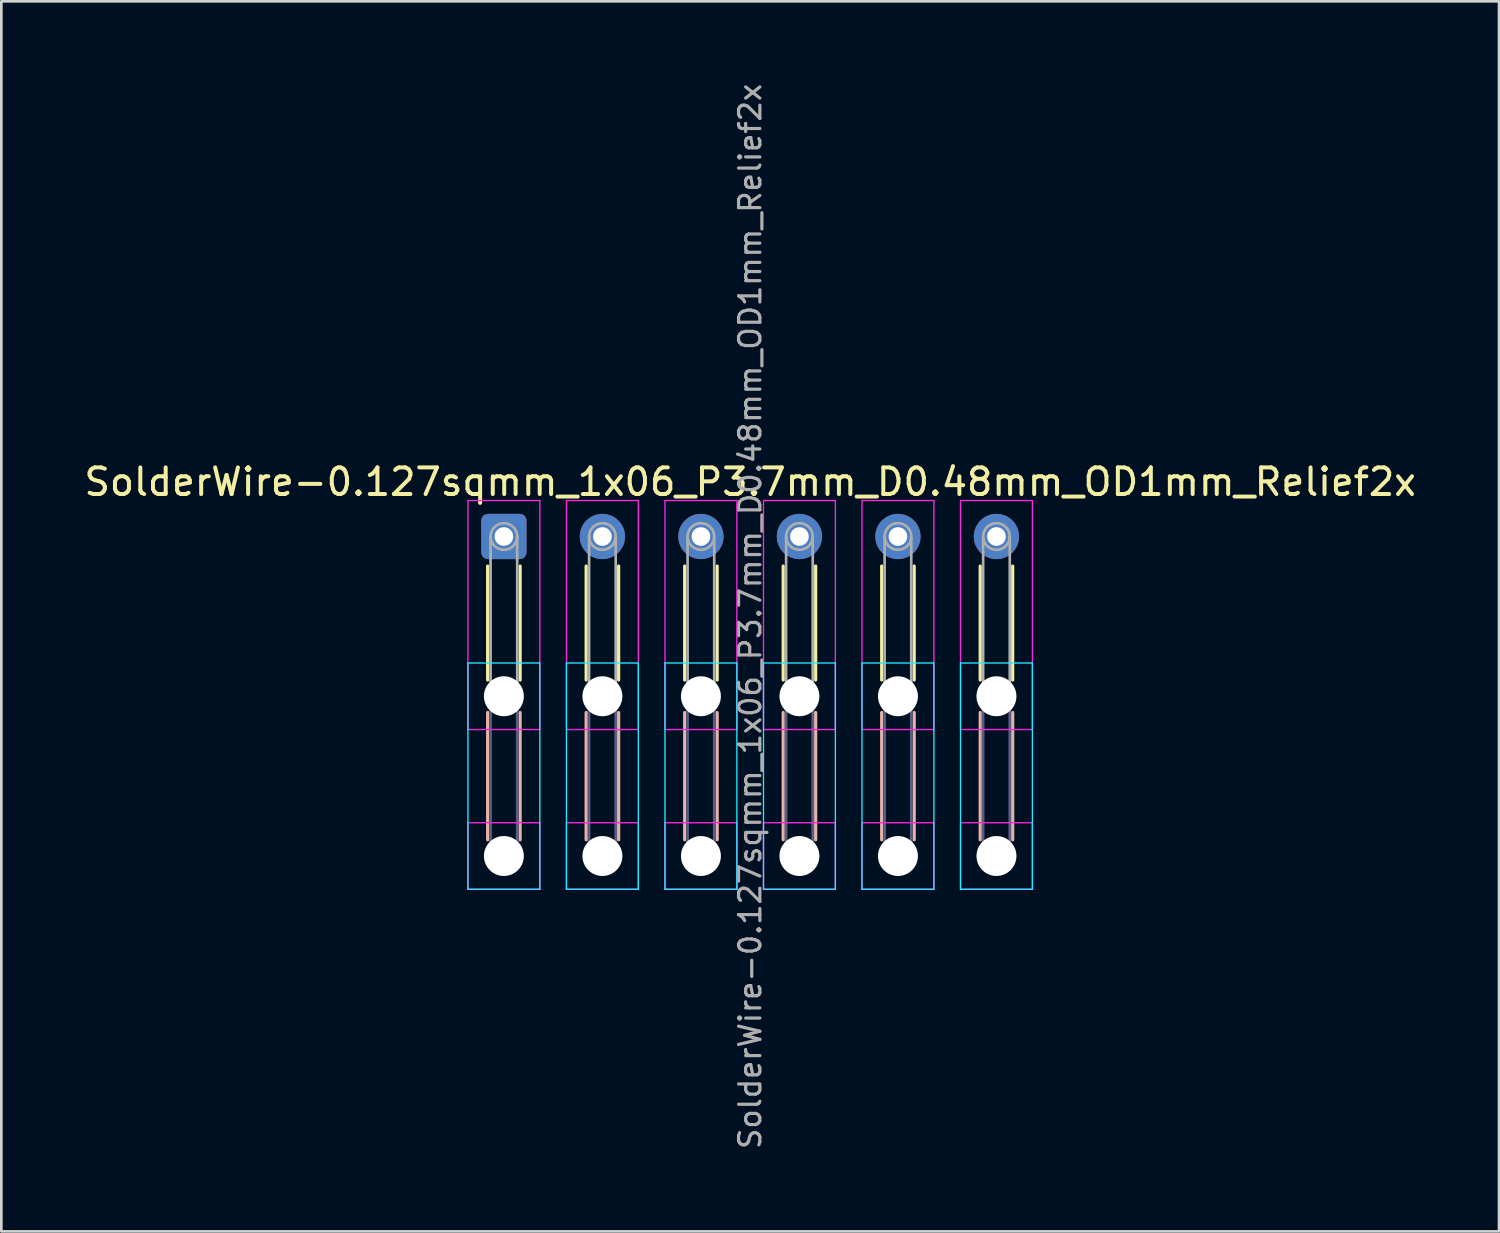
<source format=kicad_pcb>
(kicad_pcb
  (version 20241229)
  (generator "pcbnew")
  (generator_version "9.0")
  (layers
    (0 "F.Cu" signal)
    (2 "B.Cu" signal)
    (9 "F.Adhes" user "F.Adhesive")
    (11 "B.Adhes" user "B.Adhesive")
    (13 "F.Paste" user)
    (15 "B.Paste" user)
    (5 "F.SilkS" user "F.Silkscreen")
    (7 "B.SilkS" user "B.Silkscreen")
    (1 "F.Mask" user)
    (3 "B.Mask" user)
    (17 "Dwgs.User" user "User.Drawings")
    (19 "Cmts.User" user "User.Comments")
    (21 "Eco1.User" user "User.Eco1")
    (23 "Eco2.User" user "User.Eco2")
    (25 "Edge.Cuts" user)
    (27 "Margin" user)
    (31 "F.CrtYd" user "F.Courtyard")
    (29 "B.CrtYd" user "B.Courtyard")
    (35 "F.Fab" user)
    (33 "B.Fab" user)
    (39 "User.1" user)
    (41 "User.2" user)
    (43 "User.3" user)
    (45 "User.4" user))
  (footprint "SolderWire-0.127sqmm_1x06_P3.7mm_D0.48mm_OD1mm_Relief2x"
    (layer "F.Cu")
    (at 15.875 17.1)
    (property "Reference" "SolderWire-0.127sqmm_1x06_P3.7mm_D0.48mm_OD1mm_Relief2x" (at 9.25 -2.05 0) (layer "F.SilkS") (effects (font (size 1 1) (thickness 0.15))))
    (attr exclude_from_pos_files exclude_from_bom)
    (fp_line (start -0.61 1.11) (end -0.61 5.39) (stroke (width 0.12) (type solid)) (layer "F.SilkS"))
    (fp_line (start 0.61 1.11) (end 0.61 5.39) (stroke (width 0.12) (type solid)) (layer "F.SilkS"))
    (fp_line (start 3.09 1.11) (end 3.09 5.39) (stroke (width 0.12) (type solid)) (layer "F.SilkS"))
    (fp_line (start 4.31 1.11) (end 4.31 5.39) (stroke (width 0.12) (type solid)) (layer "F.SilkS"))
    (fp_line (start 6.79 1.11) (end 6.79 5.39) (stroke (width 0.12) (type solid)) (layer "F.SilkS"))
    (fp_line (start 8.01 1.11) (end 8.01 5.39) (stroke (width 0.12) (type solid)) (layer "F.SilkS"))
    (fp_line (start 10.49 1.11) (end 10.49 5.39) (stroke (width 0.12) (type solid)) (layer "F.SilkS"))
    (fp_line (start 11.71 1.11) (end 11.71 5.39) (stroke (width 0.12) (type solid)) (layer "F.SilkS"))
    (fp_line (start 14.19 1.11) (end 14.19 5.39) (stroke (width 0.12) (type solid)) (layer "F.SilkS"))
    (fp_line (start 15.41 1.11) (end 15.41 5.39) (stroke (width 0.12) (type solid)) (layer "F.SilkS"))
    (fp_line (start 17.89 1.11) (end 17.89 5.39) (stroke (width 0.12) (type solid)) (layer "F.SilkS"))
    (fp_line (start 19.11 1.11) (end 19.11 5.39) (stroke (width 0.12) (type solid)) (layer "F.SilkS"))
    (fp_line (start -0.61 6.61) (end -0.61 11.39) (stroke (width 0.12) (type solid)) (layer "B.SilkS"))
    (fp_line (start 0.61 6.61) (end 0.61 11.39) (stroke (width 0.12) (type solid)) (layer "B.SilkS"))
    (fp_line (start 3.09 6.61) (end 3.09 11.39) (stroke (width 0.12) (type solid)) (layer "B.SilkS"))
    (fp_line (start 4.31 6.61) (end 4.31 11.39) (stroke (width 0.12) (type solid)) (layer "B.SilkS"))
    (fp_line (start 6.79 6.61) (end 6.79 11.39) (stroke (width 0.12) (type solid)) (layer "B.SilkS"))
    (fp_line (start 8.01 6.61) (end 8.01 11.39) (stroke (width 0.12) (type solid)) (layer "B.SilkS"))
    (fp_line (start 10.49 6.61) (end 10.49 11.39) (stroke (width 0.12) (type solid)) (layer "B.SilkS"))
    (fp_line (start 11.71 6.61) (end 11.71 11.39) (stroke (width 0.12) (type solid)) (layer "B.SilkS"))
    (fp_line (start 14.19 6.61) (end 14.19 11.39) (stroke (width 0.12) (type solid)) (layer "B.SilkS"))
    (fp_line (start 15.41 6.61) (end 15.41 11.39) (stroke (width 0.12) (type solid)) (layer "B.SilkS"))
    (fp_line (start 17.89 6.61) (end 17.89 11.39) (stroke (width 0.12) (type solid)) (layer "B.SilkS"))
    (fp_line (start 19.11 6.61) (end 19.11 11.39) (stroke (width 0.12) (type solid)) (layer "B.SilkS"))
    (fp_line (start -1.35 4.75) (end -1.35 13.25) (stroke (width 0.05) (type solid)) (layer "B.CrtYd"))
    (fp_line (start -1.35 13.25) (end 1.35 13.25) (stroke (width 0.05) (type solid)) (layer "B.CrtYd"))
    (fp_line (start 1.35 4.75) (end -1.35 4.75) (stroke (width 0.05) (type solid)) (layer "B.CrtYd"))
    (fp_line (start 1.35 13.25) (end 1.35 4.75) (stroke (width 0.05) (type solid)) (layer "B.CrtYd"))
    (fp_line (start 2.35 4.75) (end 2.35 13.25) (stroke (width 0.05) (type solid)) (layer "B.CrtYd"))
    (fp_line (start 2.35 13.25) (end 5.05 13.25) (stroke (width 0.05) (type solid)) (layer "B.CrtYd"))
    (fp_line (start 5.05 4.75) (end 2.35 4.75) (stroke (width 0.05) (type solid)) (layer "B.CrtYd"))
    (fp_line (start 5.05 13.25) (end 5.05 4.75) (stroke (width 0.05) (type solid)) (layer "B.CrtYd"))
    (fp_line (start 6.05 4.75) (end 6.05 13.25) (stroke (width 0.05) (type solid)) (layer "B.CrtYd"))
    (fp_line (start 6.05 13.25) (end 8.75 13.25) (stroke (width 0.05) (type solid)) (layer "B.CrtYd"))
    (fp_line (start 8.75 4.75) (end 6.05 4.75) (stroke (width 0.05) (type solid)) (layer "B.CrtYd"))
    (fp_line (start 8.75 13.25) (end 8.75 4.75) (stroke (width 0.05) (type solid)) (layer "B.CrtYd"))
    (fp_line (start 9.75 4.75) (end 9.75 13.25) (stroke (width 0.05) (type solid)) (layer "B.CrtYd"))
    (fp_line (start 9.75 13.25) (end 12.45 13.25) (stroke (width 0.05) (type solid)) (layer "B.CrtYd"))
    (fp_line (start 12.45 4.75) (end 9.75 4.75) (stroke (width 0.05) (type solid)) (layer "B.CrtYd"))
    (fp_line (start 12.45 13.25) (end 12.45 4.75) (stroke (width 0.05) (type solid)) (layer "B.CrtYd"))
    (fp_line (start 13.45 4.75) (end 13.45 13.25) (stroke (width 0.05) (type solid)) (layer "B.CrtYd"))
    (fp_line (start 13.45 13.25) (end 16.15 13.25) (stroke (width 0.05) (type solid)) (layer "B.CrtYd"))
    (fp_line (start 16.15 4.75) (end 13.45 4.75) (stroke (width 0.05) (type solid)) (layer "B.CrtYd"))
    (fp_line (start 16.15 13.25) (end 16.15 4.75) (stroke (width 0.05) (type solid)) (layer "B.CrtYd"))
    (fp_line (start 17.15 4.75) (end 17.15 13.25) (stroke (width 0.05) (type solid)) (layer "B.CrtYd"))
    (fp_line (start 17.15 13.25) (end 19.85 13.25) (stroke (width 0.05) (type solid)) (layer "B.CrtYd"))
    (fp_line (start 19.85 4.75) (end 17.15 4.75) (stroke (width 0.05) (type solid)) (layer "B.CrtYd"))
    (fp_line (start 19.85 13.25) (end 19.85 4.75) (stroke (width 0.05) (type solid)) (layer "B.CrtYd"))
    (fp_line (start -1.35 -1.35) (end -1.35 7.25) (stroke (width 0.05) (type solid)) (layer "F.CrtYd"))
    (fp_line (start -1.35 7.25) (end 1.35 7.25) (stroke (width 0.05) (type solid)) (layer "F.CrtYd"))
    (fp_line (start -1.35 10.75) (end -1.35 13.25) (stroke (width 0.05) (type solid)) (layer "F.CrtYd"))
    (fp_line (start -1.35 13.25) (end 1.35 13.25) (stroke (width 0.05) (type solid)) (layer "F.CrtYd"))
    (fp_line (start 1.35 -1.35) (end -1.35 -1.35) (stroke (width 0.05) (type solid)) (layer "F.CrtYd"))
    (fp_line (start 1.35 7.25) (end 1.35 -1.35) (stroke (width 0.05) (type solid)) (layer "F.CrtYd"))
    (fp_line (start 1.35 10.75) (end -1.35 10.75) (stroke (width 0.05) (type solid)) (layer "F.CrtYd"))
    (fp_line (start 1.35 13.25) (end 1.35 10.75) (stroke (width 0.05) (type solid)) (layer "F.CrtYd"))
    (fp_line (start 2.35 -1.35) (end 2.35 7.25) (stroke (width 0.05) (type solid)) (layer "F.CrtYd"))
    (fp_line (start 2.35 7.25) (end 5.05 7.25) (stroke (width 0.05) (type solid)) (layer "F.CrtYd"))
    (fp_line (start 2.35 10.75) (end 2.35 13.25) (stroke (width 0.05) (type solid)) (layer "F.CrtYd"))
    (fp_line (start 2.35 13.25) (end 5.05 13.25) (stroke (width 0.05) (type solid)) (layer "F.CrtYd"))
    (fp_line (start 5.05 -1.35) (end 2.35 -1.35) (stroke (width 0.05) (type solid)) (layer "F.CrtYd"))
    (fp_line (start 5.05 7.25) (end 5.05 -1.35) (stroke (width 0.05) (type solid)) (layer "F.CrtYd"))
    (fp_line (start 5.05 10.75) (end 2.35 10.75) (stroke (width 0.05) (type solid)) (layer "F.CrtYd"))
    (fp_line (start 5.05 13.25) (end 5.05 10.75) (stroke (width 0.05) (type solid)) (layer "F.CrtYd"))
    (fp_line (start 6.05 -1.35) (end 6.05 7.25) (stroke (width 0.05) (type solid)) (layer "F.CrtYd"))
    (fp_line (start 6.05 7.25) (end 8.75 7.25) (stroke (width 0.05) (type solid)) (layer "F.CrtYd"))
    (fp_line (start 6.05 10.75) (end 6.05 13.25) (stroke (width 0.05) (type solid)) (layer "F.CrtYd"))
    (fp_line (start 6.05 13.25) (end 8.75 13.25) (stroke (width 0.05) (type solid)) (layer "F.CrtYd"))
    (fp_line (start 8.75 -1.35) (end 6.05 -1.35) (stroke (width 0.05) (type solid)) (layer "F.CrtYd"))
    (fp_line (start 8.75 7.25) (end 8.75 -1.35) (stroke (width 0.05) (type solid)) (layer "F.CrtYd"))
    (fp_line (start 8.75 10.75) (end 6.05 10.75) (stroke (width 0.05) (type solid)) (layer "F.CrtYd"))
    (fp_line (start 8.75 13.25) (end 8.75 10.75) (stroke (width 0.05) (type solid)) (layer "F.CrtYd"))
    (fp_line (start 9.75 -1.35) (end 9.75 7.25) (stroke (width 0.05) (type solid)) (layer "F.CrtYd"))
    (fp_line (start 9.75 7.25) (end 12.45 7.25) (stroke (width 0.05) (type solid)) (layer "F.CrtYd"))
    (fp_line (start 9.75 10.75) (end 9.75 13.25) (stroke (width 0.05) (type solid)) (layer "F.CrtYd"))
    (fp_line (start 9.75 13.25) (end 12.45 13.25) (stroke (width 0.05) (type solid)) (layer "F.CrtYd"))
    (fp_line (start 12.45 -1.35) (end 9.75 -1.35) (stroke (width 0.05) (type solid)) (layer "F.CrtYd"))
    (fp_line (start 12.45 7.25) (end 12.45 -1.35) (stroke (width 0.05) (type solid)) (layer "F.CrtYd"))
    (fp_line (start 12.45 10.75) (end 9.75 10.75) (stroke (width 0.05) (type solid)) (layer "F.CrtYd"))
    (fp_line (start 12.45 13.25) (end 12.45 10.75) (stroke (width 0.05) (type solid)) (layer "F.CrtYd"))
    (fp_line (start 13.45 -1.35) (end 13.45 7.25) (stroke (width 0.05) (type solid)) (layer "F.CrtYd"))
    (fp_line (start 13.45 7.25) (end 16.15 7.25) (stroke (width 0.05) (type solid)) (layer "F.CrtYd"))
    (fp_line (start 13.45 10.75) (end 13.45 13.25) (stroke (width 0.05) (type solid)) (layer "F.CrtYd"))
    (fp_line (start 13.45 13.25) (end 16.15 13.25) (stroke (width 0.05) (type solid)) (layer "F.CrtYd"))
    (fp_line (start 16.15 -1.35) (end 13.45 -1.35) (stroke (width 0.05) (type solid)) (layer "F.CrtYd"))
    (fp_line (start 16.15 7.25) (end 16.15 -1.35) (stroke (width 0.05) (type solid)) (layer "F.CrtYd"))
    (fp_line (start 16.15 10.75) (end 13.45 10.75) (stroke (width 0.05) (type solid)) (layer "F.CrtYd"))
    (fp_line (start 16.15 13.25) (end 16.15 10.75) (stroke (width 0.05) (type solid)) (layer "F.CrtYd"))
    (fp_line (start 17.15 -1.35) (end 17.15 7.25) (stroke (width 0.05) (type solid)) (layer "F.CrtYd"))
    (fp_line (start 17.15 7.25) (end 19.85 7.25) (stroke (width 0.05) (type solid)) (layer "F.CrtYd"))
    (fp_line (start 17.15 10.75) (end 17.15 13.25) (stroke (width 0.05) (type solid)) (layer "F.CrtYd"))
    (fp_line (start 17.15 13.25) (end 19.85 13.25) (stroke (width 0.05) (type solid)) (layer "F.CrtYd"))
    (fp_line (start 19.85 -1.35) (end 17.15 -1.35) (stroke (width 0.05) (type solid)) (layer "F.CrtYd"))
    (fp_line (start 19.85 7.25) (end 19.85 -1.35) (stroke (width 0.05) (type solid)) (layer "F.CrtYd"))
    (fp_line (start 19.85 10.75) (end 17.15 10.75) (stroke (width 0.05) (type solid)) (layer "F.CrtYd"))
    (fp_line (start 19.85 13.25) (end 19.85 10.75) (stroke (width 0.05) (type solid)) (layer "F.CrtYd"))
    (fp_line (start -0.5 6) (end -0.5 12) (stroke (width 0.1) (type solid)) (layer "B.Fab"))
    (fp_line (start 0.5 6) (end 0.5 12) (stroke (width 0.1) (type solid)) (layer "B.Fab"))
    (fp_line (start 3.2 6) (end 3.2 12) (stroke (width 0.1) (type solid)) (layer "B.Fab"))
    (fp_line (start 4.2 6) (end 4.2 12) (stroke (width 0.1) (type solid)) (layer "B.Fab"))
    (fp_line (start 6.9 6) (end 6.9 12) (stroke (width 0.1) (type solid)) (layer "B.Fab"))
    (fp_line (start 7.9 6) (end 7.9 12) (stroke (width 0.1) (type solid)) (layer "B.Fab"))
    (fp_line (start 10.6 6) (end 10.6 12) (stroke (width 0.1) (type solid)) (layer "B.Fab"))
    (fp_line (start 11.6 6) (end 11.6 12) (stroke (width 0.1) (type solid)) (layer "B.Fab"))
    (fp_line (start 14.3 6) (end 14.3 12) (stroke (width 0.1) (type solid)) (layer "B.Fab"))
    (fp_line (start 15.3 6) (end 15.3 12) (stroke (width 0.1) (type solid)) (layer "B.Fab"))
    (fp_line (start 18 6) (end 18 12) (stroke (width 0.1) (type solid)) (layer "B.Fab"))
    (fp_line (start 19 6) (end 19 12) (stroke (width 0.1) (type solid)) (layer "B.Fab"))
    (fp_circle (center 0 6) (end 0.5 6) (stroke (width 0.1) (type solid)) (fill no) (layer "B.Fab"))
    (fp_circle (center 0 12) (end 0.5 12) (stroke (width 0.1) (type solid)) (fill no) (layer "B.Fab"))
    (fp_circle (center 3.7 6) (end 4.2 6) (stroke (width 0.1) (type solid)) (fill no) (layer "B.Fab"))
    (fp_circle (center 3.7 12) (end 4.2 12) (stroke (width 0.1) (type solid)) (fill no) (layer "B.Fab"))
    (fp_circle (center 7.4 6) (end 7.9 6) (stroke (width 0.1) (type solid)) (fill no) (layer "B.Fab"))
    (fp_circle (center 7.4 12) (end 7.9 12) (stroke (width 0.1) (type solid)) (fill no) (layer "B.Fab"))
    (fp_circle (center 11.1 6) (end 11.6 6) (stroke (width 0.1) (type solid)) (fill no) (layer "B.Fab"))
    (fp_circle (center 11.1 12) (end 11.6 12) (stroke (width 0.1) (type solid)) (fill no) (layer "B.Fab"))
    (fp_circle (center 14.8 6) (end 15.3 6) (stroke (width 0.1) (type solid)) (fill no) (layer "B.Fab"))
    (fp_circle (center 14.8 12) (end 15.3 12) (stroke (width 0.1) (type solid)) (fill no) (layer "B.Fab"))
    (fp_circle (center 18.5 6) (end 19 6) (stroke (width 0.1) (type solid)) (fill no) (layer "B.Fab"))
    (fp_circle (center 18.5 12) (end 19 12) (stroke (width 0.1) (type solid)) (fill no) (layer "B.Fab"))
    (fp_line (start -0.5 0) (end -0.5 6) (stroke (width 0.1) (type solid)) (layer "F.Fab"))
    (fp_line (start 0.5 0) (end 0.5 6) (stroke (width 0.1) (type solid)) (layer "F.Fab"))
    (fp_line (start 3.2 0) (end 3.2 6) (stroke (width 0.1) (type solid)) (layer "F.Fab"))
    (fp_line (start 4.2 0) (end 4.2 6) (stroke (width 0.1) (type solid)) (layer "F.Fab"))
    (fp_line (start 6.9 0) (end 6.9 6) (stroke (width 0.1) (type solid)) (layer "F.Fab"))
    (fp_line (start 7.9 0) (end 7.9 6) (stroke (width 0.1) (type solid)) (layer "F.Fab"))
    (fp_line (start 10.6 0) (end 10.6 6) (stroke (width 0.1) (type solid)) (layer "F.Fab"))
    (fp_line (start 11.6 0) (end 11.6 6) (stroke (width 0.1) (type solid)) (layer "F.Fab"))
    (fp_line (start 14.3 0) (end 14.3 6) (stroke (width 0.1) (type solid)) (layer "F.Fab"))
    (fp_line (start 15.3 0) (end 15.3 6) (stroke (width 0.1) (type solid)) (layer "F.Fab"))
    (fp_line (start 18 0) (end 18 6) (stroke (width 0.1) (type solid)) (layer "F.Fab"))
    (fp_line (start 19 0) (end 19 6) (stroke (width 0.1) (type solid)) (layer "F.Fab"))
    (fp_circle (center 0 0) (end 0.5 0) (stroke (width 0.1) (type solid)) (fill no) (layer "F.Fab"))
    (fp_circle (center 0 6) (end 0.5 6) (stroke (width 0.1) (type solid)) (fill no) (layer "F.Fab"))
    (fp_circle (center 0 12) (end 0.5 12) (stroke (width 0.1) (type solid)) (fill no) (layer "F.Fab"))
    (fp_circle (center 3.7 0) (end 4.2 0) (stroke (width 0.1) (type solid)) (fill no) (layer "F.Fab"))
    (fp_circle (center 3.7 6) (end 4.2 6) (stroke (width 0.1) (type solid)) (fill no) (layer "F.Fab"))
    (fp_circle (center 3.7 12) (end 4.2 12) (stroke (width 0.1) (type solid)) (fill no) (layer "F.Fab"))
    (fp_circle (center 7.4 0) (end 7.9 0) (stroke (width 0.1) (type solid)) (fill no) (layer "F.Fab"))
    (fp_circle (center 7.4 6) (end 7.9 6) (stroke (width 0.1) (type solid)) (fill no) (layer "F.Fab"))
    (fp_circle (center 7.4 12) (end 7.9 12) (stroke (width 0.1) (type solid)) (fill no) (layer "F.Fab"))
    (fp_circle (center 11.1 0) (end 11.6 0) (stroke (width 0.1) (type solid)) (fill no) (layer "F.Fab"))
    (fp_circle (center 11.1 6) (end 11.6 6) (stroke (width 0.1) (type solid)) (fill no) (layer "F.Fab"))
    (fp_circle (center 11.1 12) (end 11.6 12) (stroke (width 0.1) (type solid)) (fill no) (layer "F.Fab"))
    (fp_circle (center 14.8 0) (end 15.3 0) (stroke (width 0.1) (type solid)) (fill no) (layer "F.Fab"))
    (fp_circle (center 14.8 6) (end 15.3 6) (stroke (width 0.1) (type solid)) (fill no) (layer "F.Fab"))
    (fp_circle (center 14.8 12) (end 15.3 12) (stroke (width 0.1) (type solid)) (fill no) (layer "F.Fab"))
    (fp_circle (center 18.5 0) (end 19 0) (stroke (width 0.1) (type solid)) (fill no) (layer "F.Fab"))
    (fp_circle (center 18.5 6) (end 19 6) (stroke (width 0.1) (type solid)) (fill no) (layer "F.Fab"))
    (fp_circle (center 18.5 12) (end 19 12) (stroke (width 0.1) (type solid)) (fill no) (layer "F.Fab"))
    (fp_text user "${REFERENCE}" (at 9.25 3 90) (layer "F.Fab") (effects (font (size 0.8 0.8) (thickness 0.12))))
    (pad "" np_thru_hole circle (at 0 6) (size 1.5 1.5) (drill 1.5) (layers "*.Cu" "*.Mask"))
    (pad "" np_thru_hole circle (at 0 12) (size 1.5 1.5) (drill 1.5) (layers "*.Cu" "*.Mask"))
    (pad "" np_thru_hole circle (at 3.7 6) (size 1.5 1.5) (drill 1.5) (layers "*.Cu" "*.Mask"))
    (pad "" np_thru_hole circle (at 3.7 12) (size 1.5 1.5) (drill 1.5) (layers "*.Cu" "*.Mask"))
    (pad "" np_thru_hole circle (at 7.4 6) (size 1.5 1.5) (drill 1.5) (layers "*.Cu" "*.Mask"))
    (pad "" np_thru_hole circle (at 7.4 12) (size 1.5 1.5) (drill 1.5) (layers "*.Cu" "*.Mask"))
    (pad "" np_thru_hole circle (at 11.1 6) (size 1.5 1.5) (drill 1.5) (layers "*.Cu" "*.Mask"))
    (pad "" np_thru_hole circle (at 11.1 12) (size 1.5 1.5) (drill 1.5) (layers "*.Cu" "*.Mask"))
    (pad "" np_thru_hole circle (at 14.8 6) (size 1.5 1.5) (drill 1.5) (layers "*.Cu" "*.Mask"))
    (pad "" np_thru_hole circle (at 14.8 12) (size 1.5 1.5) (drill 1.5) (layers "*.Cu" "*.Mask"))
    (pad "" np_thru_hole circle (at 18.5 6) (size 1.5 1.5) (drill 1.5) (layers "*.Cu" "*.Mask"))
    (pad "" np_thru_hole circle (at 18.5 12) (size 1.5 1.5) (drill 1.5) (layers "*.Cu" "*.Mask"))
    (pad "1" thru_hole roundrect (at 0 0) (size 1.7 1.7) (drill 0.7) (layers "*.Cu" "*.Mask") (roundrect_rratio 0.147))
    (pad "2" thru_hole circle (at 3.7 0) (size 1.7 1.7) (drill 0.7) (layers "*.Cu" "*.Mask"))
    (pad "3" thru_hole circle (at 7.4 0) (size 1.7 1.7) (drill 0.7) (layers "*.Cu" "*.Mask"))
    (pad "4" thru_hole circle (at 11.1 0) (size 1.7 1.7) (drill 0.7) (layers "*.Cu" "*.Mask"))
    (pad "5" thru_hole circle (at 14.8 0) (size 1.7 1.7) (drill 0.7) (layers "*.Cu" "*.Mask"))
    (pad "6" thru_hole circle (at 18.5 0) (size 1.7 1.7) (drill 0.7) (layers "*.Cu" "*.Mask")))
  (gr_rect
    (start -3 -3)
    (end 53.25 43.2)
    (stroke (width 0.1) (type default))
    (fill no)
    (layer "Edge.Cuts")))
</source>
